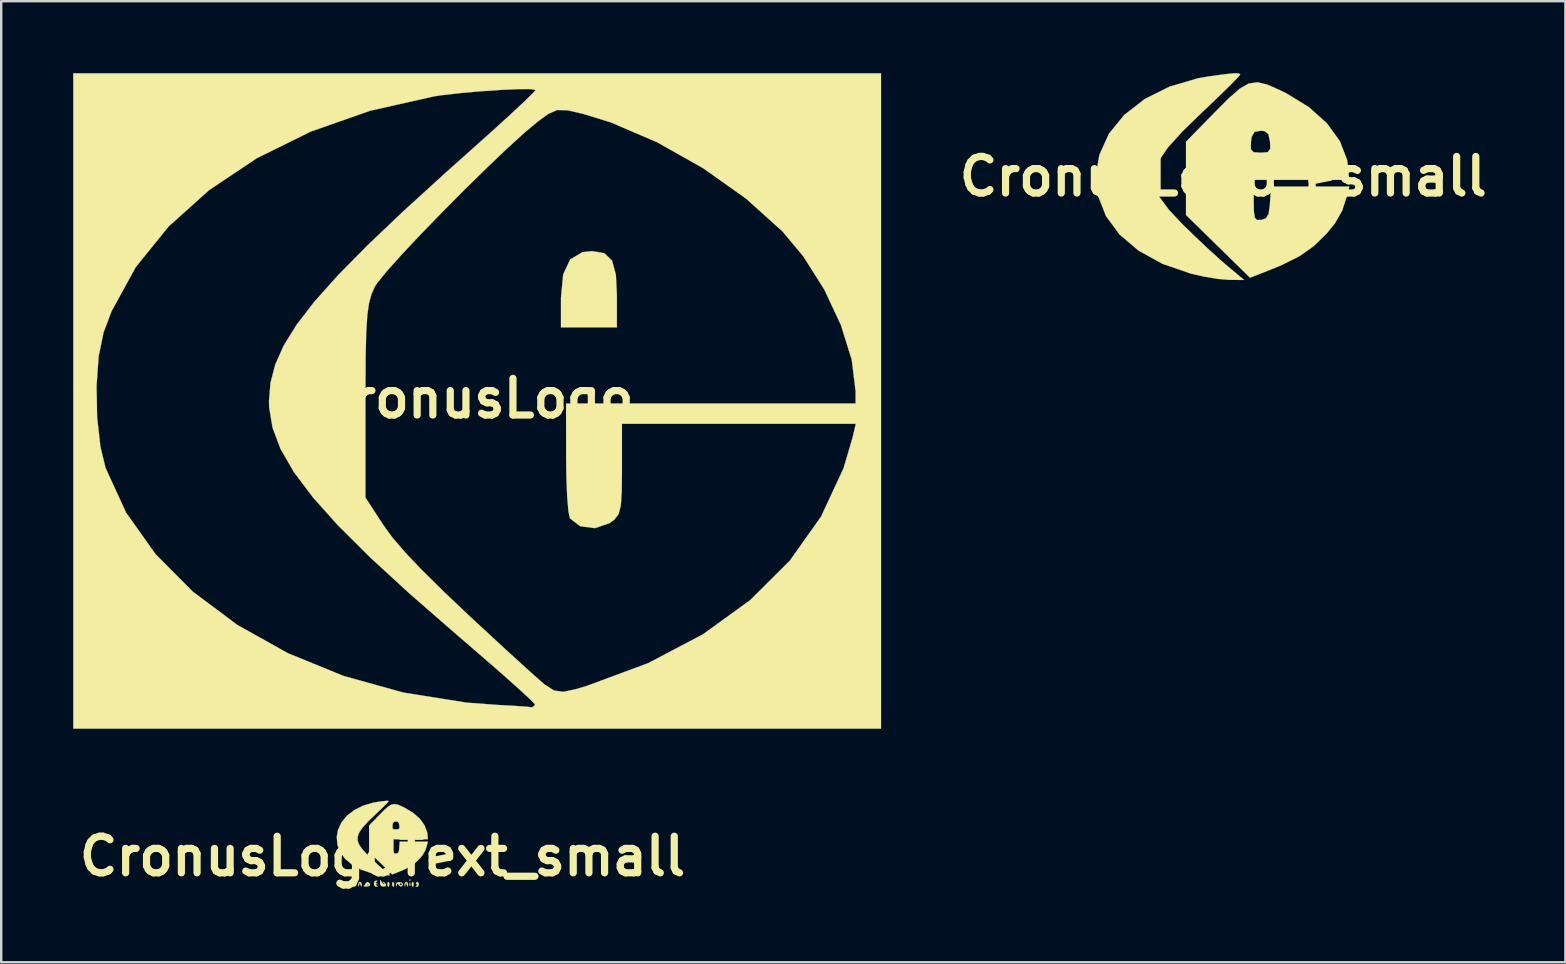
<source format=kicad_pcb>
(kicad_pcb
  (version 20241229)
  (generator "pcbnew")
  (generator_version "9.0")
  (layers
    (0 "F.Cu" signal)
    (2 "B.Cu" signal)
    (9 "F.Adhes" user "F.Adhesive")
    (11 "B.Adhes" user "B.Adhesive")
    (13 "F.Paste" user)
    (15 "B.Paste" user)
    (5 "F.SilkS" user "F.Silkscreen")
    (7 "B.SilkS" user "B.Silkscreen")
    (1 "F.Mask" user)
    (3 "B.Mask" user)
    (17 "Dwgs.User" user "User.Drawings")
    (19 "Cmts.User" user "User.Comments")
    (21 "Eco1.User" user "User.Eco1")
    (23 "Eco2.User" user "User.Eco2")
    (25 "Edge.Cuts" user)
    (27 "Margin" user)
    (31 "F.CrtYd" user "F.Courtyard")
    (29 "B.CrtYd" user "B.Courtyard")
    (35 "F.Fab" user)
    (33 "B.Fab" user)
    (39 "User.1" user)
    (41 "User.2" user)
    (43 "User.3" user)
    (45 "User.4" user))
  (footprint "CronusLogoText_small"
    (layer "F.Cu")
    (at 12.889 32.629)
    (property "Reference" "CronusLogoText_small" (at 0 0 0) (layer "F.SilkS") (effects (font (size 1.524 1.524) (thickness 0.3))))
    (attr through_hole)
    (fp_poly (pts (xy 1.168 0.991) (xy 1.143 1.016) (xy 1.118 0.991) (xy 1.143 0.965) (xy 1.168 0.991)) (stroke (width 0.01) (type solid)) (fill yes) (layer "F.SilkS"))
    (fp_poly (pts (xy 1.151 1.105) (xy 1.158 1.209) (xy 1.151 1.232) (xy 1.133 1.238) (xy 1.126 1.168) (xy 1.134 1.096) (xy 1.151 1.105)) (stroke (width 0.01) (type solid)) (fill yes) (layer "F.SilkS"))
    (fp_poly (pts (xy 0.276 1.109) (xy 0.283 1.168) (xy 0.266 1.251) (xy 0.243 1.27) (xy 0.211 1.227) (xy 0.203 1.168) (xy 0.22 1.086) (xy 0.243 1.067) (xy 0.276 1.109)) (stroke (width 0.01) (type solid)) (fill yes) (layer "F.SilkS"))
    (fp_poly (pts (xy 1.292 1.109) (xy 1.299 1.168) (xy 1.282 1.251) (xy 1.259 1.27) (xy 1.227 1.227) (xy 1.219 1.168) (xy 1.236 1.086) (xy 1.259 1.067) (xy 1.292 1.109)) (stroke (width 0.01) (type solid)) (fill yes) (layer "F.SilkS"))
    (fp_poly (pts (xy 0.442 1.079) (xy 0.476 1.13) (xy 0.483 1.211) (xy 0.46 1.267) (xy 0.449 1.27) (xy 0.411 1.229) (xy 0.406 1.194) (xy 0.406 1.092) (xy 0.44 1.079) (xy 0.442 1.079)) (stroke (width 0.01) (type solid)) (fill yes) (layer "F.SilkS"))
    (fp_poly (pts (xy -1.511 1.046) (xy -1.57 1.116) (xy -1.575 1.143) (xy -1.535 1.222) (xy -1.511 1.236) (xy -1.496 1.258) (xy -1.54 1.266) (xy -1.61 1.241) (xy -1.616 1.16) (xy -1.573 1.065) (xy -1.524 1.033) (xy -1.486 1.031) (xy -1.511 1.046)) (stroke (width 0.01) (type solid)) (fill yes) (layer "F.SilkS"))
    (fp_poly (pts (xy -0.879 1.11) (xy -0.867 1.181) (xy -0.873 1.26) (xy -0.892 1.241) (xy -0.911 1.194) (xy -0.952 1.092) (xy -0.978 1.194) (xy -0.998 1.26) (xy -1.007 1.229) (xy -1.01 1.181) (xy -0.987 1.088) (xy -0.94 1.067) (xy -0.879 1.11)) (stroke (width 0.01) (type solid)) (fill yes) (layer "F.SilkS"))
    (fp_poly (pts (xy 1.051 1.11) (xy 1.063 1.181) (xy 1.057 1.26) (xy 1.039 1.241) (xy 1.019 1.194) (xy 0.979 1.092) (xy 0.953 1.194) (xy 0.932 1.26) (xy 0.923 1.229) (xy 0.92 1.181) (xy 0.944 1.088) (xy 0.991 1.067) (xy 1.051 1.11)) (stroke (width 0.01) (type solid)) (fill yes) (layer "F.SilkS"))
    (fp_poly (pts (xy 1.5 1.113) (xy 1.51 1.168) (xy 1.483 1.253) (xy 1.432 1.269) (xy 1.375 1.261) (xy 1.412 1.226) (xy 1.422 1.219) (xy 1.466 1.179) (xy 1.432 1.169) (xy 1.39 1.14) (xy 1.397 1.118) (xy 1.456 1.068) (xy 1.5 1.113)) (stroke (width 0.01) (type solid)) (fill yes) (layer "F.SilkS"))
    (fp_poly (pts (xy -0.21 1.027) (xy -0.247 1.061) (xy -0.291 1.103) (xy -0.247 1.133) (xy -0.208 1.157) (xy -0.254 1.165) (xy -0.305 1.176) (xy -0.266 1.211) (xy -0.254 1.219) (xy -0.207 1.259) (xy -0.255 1.269) (xy -0.267 1.269) (xy -0.338 1.232) (xy -0.356 1.143) (xy -0.329 1.041) (xy -0.267 1.017) (xy -0.21 1.027)) (stroke (width 0.01) (type solid)) (fill yes) (layer "F.SilkS"))
    (fp_poly (pts (xy -0.049 1.054) (xy 0.01 1.142) (xy 0.062 1.168) (xy 0.093 1.152) (xy 0.051 1.113) (xy 0.000366 1.073) (xy 0.035 1.076) (xy 0.051 1.08) (xy 0.126 1.142) (xy 0.143 1.185) (xy 0.13 1.247) (xy 0.041 1.26) (xy 0.029 1.259) (xy -0.064 1.234) (xy -0.097 1.16) (xy -0.098 1.094) (xy -0.093 0.994) (xy -0.078 0.988) (xy -0.049 1.054)) (stroke (width 0.01) (type solid)) (fill yes) (layer "F.SilkS"))
    (fp_poly (pts (xy -0.538 1.125) (xy -0.522 1.169) (xy -0.539 1.235) (xy -0.62 1.258) (xy -0.677 1.258) (xy -0.768 1.25) (xy -0.781 1.235) (xy -0.775 1.232) (xy -0.728 1.185) (xy -0.643 1.185) (xy -0.636 1.216) (xy -0.61 1.219) (xy -0.568 1.201) (xy -0.576 1.185) (xy -0.636 1.179) (xy -0.643 1.185) (xy -0.728 1.185) (xy -0.716 1.173) (xy -0.711 1.15) (xy -0.677 1.091) (xy -0.604 1.084) (xy -0.538 1.125)) (stroke (width 0.01) (type solid)) (fill yes) (layer "F.SilkS"))
    (fp_poly (pts (xy -1.122 1.103) (xy -1.077 1.163) (xy -1.115 1.236) (xy -1.178 1.263) (xy -1.244 1.203) (xy -1.272 1.168) (xy -1.219 1.168) (xy -1.181 1.218) (xy -1.168 1.219) (xy -1.119 1.181) (xy -1.118 1.168) (xy -1.156 1.119) (xy -1.168 1.118) (xy -1.218 1.156) (xy -1.219 1.168) (xy -1.272 1.168) (xy -1.297 1.139) (xy -1.323 1.158) (xy -1.336 1.203) (xy -1.355 1.258) (xy -1.364 1.218) (xy -1.366 1.187) (xy -1.346 1.105) (xy -1.257 1.08) (xy -1.244 1.079) (xy -1.122 1.103)) (stroke (width 0.01) (type solid)) (fill yes) (layer "F.SilkS"))
    (fp_poly (pts (xy 0.808 1.103) (xy 0.853 1.163) (xy 0.815 1.236) (xy 0.753 1.263) (xy 0.687 1.203) (xy 0.658 1.168) (xy 0.711 1.168) (xy 0.75 1.218) (xy 0.762 1.219) (xy 0.811 1.181) (xy 0.813 1.168) (xy 0.774 1.119) (xy 0.762 1.118) (xy 0.713 1.156) (xy 0.711 1.168) (xy 0.658 1.168) (xy 0.633 1.139) (xy 0.607 1.158) (xy 0.595 1.203) (xy 0.576 1.258) (xy 0.567 1.218) (xy 0.565 1.187) (xy 0.585 1.105) (xy 0.673 1.08) (xy 0.687 1.079) (xy 0.808 1.103)) (stroke (width 0.01) (type solid)) (fill yes) (layer "F.SilkS"))
    (fp_poly (pts (xy 0.232 -2.309) (xy 0.254 -2.294) (xy 0.254 -2.292) (xy 0.219 -2.248) (xy 0.122 -2.148) (xy -0.024 -2.004) (xy -0.206 -1.83) (xy -0.312 -1.729) (xy -0.611 -1.439) (xy -0.83 -1.198) (xy -0.972 -0.991) (xy -1.039 -0.807) (xy -1.034 -0.633) (xy -0.959 -0.455) (xy -0.816 -0.262) (xy -0.614 -0.047) (xy -0.418 0.144) (xy -0.214 0.336) (xy -0.033 0.5) (xy 0.042 0.564) (xy 0.312 0.79) (xy 0.09 0.789) (xy -0.078 0.775) (xy -0.292 0.739) (xy -0.482 0.696) (xy -0.911 0.549) (xy -1.27 0.351) (xy -1.555 0.109) (xy -1.76 -0.168) (xy -1.879 -0.475) (xy -1.907 -0.803) (xy -1.858 -1.086) (xy -1.714 -1.405) (xy -1.483 -1.687) (xy -1.177 -1.924) (xy -0.806 -2.109) (xy -0.381 -2.235) (xy -0.203 -2.265) (xy 0.02 -2.295) (xy 0.159 -2.309) (xy 0.232 -2.309)) (stroke (width 0.01) (type solid)) (fill yes) (layer "F.SilkS"))
    (fp_poly (pts (xy 0.658 -2.141) (xy 0.842 -2.061) (xy 0.946 -2.009) (xy 1.283 -1.803) (xy 1.555 -1.56) (xy 1.749 -1.292) (xy 1.857 -1.013) (xy 1.873 -0.902) (xy 1.887 -0.711) (xy 0.457 -0.711) (xy 0.457 -0.403) (xy 0.46 -0.233) (xy 0.474 -0.143) (xy 0.507 -0.109) (xy 0.57 -0.111) (xy 0.572 -0.111) (xy 0.643 -0.136) (xy 0.681 -0.203) (xy 0.699 -0.34) (xy 0.701 -0.368) (xy 0.717 -0.61) (xy 1.891 -0.61) (xy 1.859 -0.485) (xy 1.784 -0.251) (xy 1.677 -0.061) (xy 1.547 0.098) (xy 1.357 0.282) (xy 1.146 0.431) (xy 0.882 0.564) (xy 0.71 0.635) (xy 0.402 0.756) (xy -0.559 -0.184) (xy -0.559 -1.17) (xy 0.414 -1.17) (xy 0.456 -1.125) (xy 0.559 -1.118) (xy 0.667 -1.127) (xy 0.705 -1.175) (xy 0.702 -1.283) (xy 0.677 -1.399) (xy 0.618 -1.443) (xy 0.559 -1.448) (xy 0.468 -1.43) (xy 0.427 -1.359) (xy 0.416 -1.283) (xy 0.414 -1.17) (xy -0.559 -1.17) (xy -0.559 -1.283) (xy -0.118 -1.734) (xy 0.09 -1.942) (xy 0.25 -2.081) (xy 0.384 -2.157) (xy 0.513 -2.175) (xy 0.658 -2.141)) (stroke (width 0.01) (type solid)) (fill yes) (layer "F.SilkS")))
  (footprint "CronusLogo"
    (layer "F.Cu")
    (at 16.727 13.552)
    (property "Reference" "CronusLogo" (at 0 0 0) (layer "F.SilkS") (effects (font (size 1.524 1.524) (thickness 0.3))))
    (attr through_hole)
    (fp_poly (pts (xy 5.408 -6.051) (xy 5.725 -5.745) (xy 5.886 -5.152) (xy 5.927 -4.297) (xy 5.927 -2.963) (xy 3.598 -2.963) (xy 3.598 -4.201) (xy 3.69 -5.171) (xy 3.981 -5.791) (xy 4.493 -6.094) (xy 4.896 -6.138) (xy 5.408 -6.051)) (stroke (width 0.01) (type solid)) (fill yes) (layer "F.SilkS"))
    (fp_poly (pts (xy 16.933 13.758) (xy -16.722 13.758) (xy -16.722 -0.522) (xy -15.755 -0.522) (xy -15.73 0.792) (xy -15.592 2.018) (xy -15.379 2.897) (xy -14.523 4.76) (xy -13.297 6.487) (xy -11.74 8.053) (xy -9.89 9.437) (xy -7.786 10.614) (xy -5.465 11.562) (xy -2.967 12.257) (xy -0.33 12.676) (xy 0.953 12.771) (xy 1.659 12.81) (xy 2.191 12.848) (xy 2.399 12.872) (xy 2.516 12.776) (xy 2.505 12.737) (xy 2.329 12.551) (xy 1.88 12.137) (xy 1.209 11.538) (xy 0.365 10.801) (xy -0.601 9.968) (xy -0.741 9.849) (xy -2.712 8.131) (xy -4.355 6.622) (xy -5.691 5.293) (xy -6.743 4.116) (xy -7.533 3.064) (xy -8.085 2.109) (xy -8.42 1.222) (xy -8.561 0.376) (xy -8.569 0.106) (xy -4.551 0.106) (xy -4.551 4.128) (xy -3.791 5.296) (xy -3.426 5.797) (xy -2.909 6.401) (xy -2.208 7.14) (xy -1.295 8.042) (xy -0.138 9.139) (xy 1.293 10.46) (xy 2.328 11.402) (xy 2.899 11.907) (xy 3.304 12.169) (xy 3.694 12.226) (xy 4.219 12.114) (xy 4.668 11.98) (xy 7.233 11.029) (xy 9.513 9.829) (xy 11.486 8.4) (xy 13.134 6.758) (xy 14.435 4.924) (xy 15.37 2.916) (xy 15.746 1.64) (xy 15.883 1.058) (xy 6.138 1.058) (xy 6.138 2.958) (xy 6.13 3.871) (xy 6.092 4.457) (xy 6 4.815) (xy 5.832 5.041) (xy 5.62 5.199) (xy 5.014 5.405) (xy 4.402 5.326) (xy 3.972 4.999) (xy 3.908 4.7) (xy 3.856 4.077) (xy 3.822 3.228) (xy 3.813 2.487) (xy 3.81 0.212) (xy 15.875 0.212) (xy 15.875 -0.301) (xy 15.713 -1.613) (xy 15.261 -3.062) (xy 14.571 -4.536) (xy 13.695 -5.921) (xy 12.836 -6.951) (xy 11.311 -8.325) (xy 9.523 -9.592) (xy 7.599 -10.677) (xy 5.665 -11.506) (xy 4.513 -11.86) (xy 3.859 -12.009) (xy 3.437 -12.018) (xy 3.069 -11.857) (xy 2.654 -11.556) (xy 2.1 -11.094) (xy 1.362 -10.423) (xy 0.498 -9.6) (xy -0.433 -8.686) (xy -1.373 -7.74) (xy -2.265 -6.819) (xy -3.05 -5.983) (xy -3.669 -5.291) (xy -4.066 -4.801) (xy -4.159 -4.657) (xy -4.299 -4.345) (xy -4.401 -3.972) (xy -4.472 -3.47) (xy -4.517 -2.771) (xy -4.541 -1.81) (xy -4.55 -0.52) (xy -4.551 0.106) (xy -8.569 0.106) (xy -8.506 -0.646) (xy -8.31 -1.407) (xy -7.955 -2.205) (xy -7.418 -3.07) (xy -6.676 -4.032) (xy -5.705 -5.119) (xy -4.481 -6.362) (xy -2.981 -7.79) (xy -1.18 -9.431) (xy -0.159 -10.342) (xy 0.728 -11.135) (xy 1.492 -11.831) (xy 2.082 -12.382) (xy 2.446 -12.739) (xy 2.54 -12.853) (xy 2.347 -12.89) (xy 1.835 -12.889) (xy 1.107 -12.857) (xy 0.266 -12.8) (xy -0.585 -12.725) (xy -1.345 -12.639) (xy -1.693 -12.587) (xy -4.357 -11.987) (xy -6.828 -11.12) (xy -9.073 -10.012) (xy -11.059 -8.685) (xy -12.753 -7.165) (xy -14.12 -5.473) (xy -15.128 -3.636) (xy -15.461 -2.752) (xy -15.666 -1.758) (xy -15.755 -0.522) (xy -16.722 -0.522) (xy -16.722 -13.547) (xy 16.933 -13.547) (xy 16.933 13.758)) (stroke (width 0.01) (type solid)) (fill yes) (layer "F.SilkS")))
  (footprint "CronusLogo_esmall"
    (layer "F.Cu")
    (at 47.921 4.303)
    (property "Reference" "CronusLogo_esmall" (at 0 0 0) (layer "F.SilkS") (effects (font (size 1.524 1.524) (thickness 0.3))))
    (attr through_hole)
    (fp_poly (pts (xy 0.644 -4.296) (xy 0.705 -4.255) (xy 0.705 -4.25) (xy 0.608 -4.128) (xy 0.339 -3.85) (xy -0.066 -3.451) (xy -0.572 -2.966) (xy -0.868 -2.687) (xy -1.697 -1.882) (xy -2.305 -1.21) (xy -2.7 -0.637) (xy -2.887 -0.125) (xy -2.873 0.359) (xy -2.664 0.852) (xy -2.266 1.389) (xy -1.704 1.986) (xy -1.162 2.515) (xy -0.595 3.049) (xy -0.092 3.504) (xy 0.116 3.683) (xy 0.867 4.312) (xy 0.249 4.308) (xy -0.216 4.269) (xy -0.812 4.17) (xy -1.34 4.051) (xy -2.529 3.641) (xy -3.528 3.091) (xy -4.319 2.42) (xy -4.888 1.649) (xy -5.22 0.797) (xy -5.299 -0.115) (xy -5.162 -0.899) (xy -4.761 -1.785) (xy -4.121 -2.568) (xy -3.27 -3.228) (xy -2.238 -3.743) (xy -1.057 -4.091) (xy -0.564 -4.176) (xy 0.055 -4.259) (xy 0.442 -4.298) (xy 0.644 -4.296)) (stroke (width 0.01) (type solid)) (fill yes) (layer "F.SilkS"))
    (fp_poly (pts (xy 1.828 -3.83) (xy 2.338 -3.607) (xy 2.627 -3.465) (xy 3.565 -2.891) (xy 4.318 -2.216) (xy 4.859 -1.473) (xy 5.158 -0.696) (xy 5.203 -0.388) (xy 5.243 0.141) (xy 1.27 0.141) (xy 1.27 0.998) (xy 1.277 1.469) (xy 1.316 1.72) (xy 1.409 1.813) (xy 1.582 1.81) (xy 1.587 1.809) (xy 1.786 1.74) (xy 1.891 1.553) (xy 1.943 1.173) (xy 1.948 1.094) (xy 1.991 0.423) (xy 5.252 0.423) (xy 5.165 0.77) (xy 4.956 1.42) (xy 4.657 1.948) (xy 4.297 2.388) (xy 3.77 2.901) (xy 3.184 3.315) (xy 2.45 3.685) (xy 1.974 3.881) (xy 1.116 4.218) (xy -0.218 2.911) (xy -1.552 1.605) (xy -1.552 -1.132) (xy 1.149 -1.132) (xy 1.265 -1.009) (xy 1.552 -0.988) (xy 1.852 -1.013) (xy 1.958 -1.146) (xy 1.949 -1.446) (xy 1.881 -1.768) (xy 1.716 -1.892) (xy 1.552 -1.905) (xy 1.3 -1.857) (xy 1.186 -1.657) (xy 1.155 -1.446) (xy 1.149 -1.132) (xy -1.552 -1.132) (xy -1.552 -1.447) (xy -0.327 -2.699) (xy 0.25 -3.277) (xy 0.694 -3.663) (xy 1.066 -3.874) (xy 1.424 -3.924) (xy 1.828 -3.83)) (stroke (width 0.01) (type solid)) (fill yes) (layer "F.SilkS")))
  (gr_rect
    (start -3 -3)
    (end 62.177 37.047)
    (stroke (width 0.1) (type default))
    (fill no)
    (layer "Edge.Cuts")))
</source>
